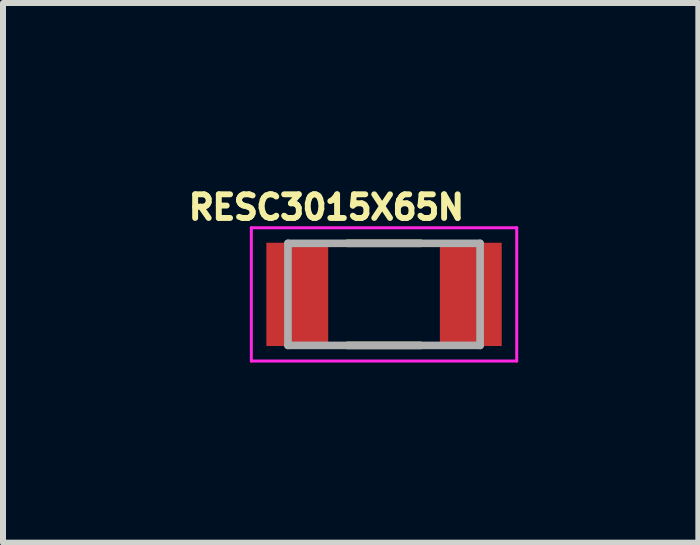
<source format=kicad_pcb>
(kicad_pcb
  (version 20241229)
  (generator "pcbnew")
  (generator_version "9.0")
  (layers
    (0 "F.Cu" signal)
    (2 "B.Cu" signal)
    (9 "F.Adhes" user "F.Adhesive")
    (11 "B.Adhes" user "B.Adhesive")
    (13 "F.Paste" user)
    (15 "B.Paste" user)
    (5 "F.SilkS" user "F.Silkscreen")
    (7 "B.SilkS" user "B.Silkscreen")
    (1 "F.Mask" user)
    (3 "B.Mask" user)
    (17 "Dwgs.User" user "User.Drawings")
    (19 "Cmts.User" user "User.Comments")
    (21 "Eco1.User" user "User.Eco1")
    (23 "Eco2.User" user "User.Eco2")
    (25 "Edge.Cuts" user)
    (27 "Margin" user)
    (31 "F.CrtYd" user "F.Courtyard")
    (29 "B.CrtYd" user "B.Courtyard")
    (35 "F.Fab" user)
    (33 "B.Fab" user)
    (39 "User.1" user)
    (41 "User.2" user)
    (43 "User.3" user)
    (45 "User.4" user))
  (footprint "RESC3015X65N"
    (layer "F.Cu")
    (at 3.346 1.853)
    (property "Reference" "RESC3015X65N" (at -0.96 -1.45 0) (layer "F.SilkS") (effects (font (size 0.394 0.394) (thickness 0.15))))
    (attr smd)
    (fp_line (start -0.61 -0.85) (end 0.61 -0.85) (stroke (width 0.127) (type solid)) (layer "F.SilkS"))
    (fp_line (start -0.61 0.85) (end 0.61 0.85) (stroke (width 0.127) (type solid)) (layer "F.SilkS"))
    (fp_line (start -2.21 -1.11) (end 2.21 -1.11) (stroke (width 0.05) (type solid)) (layer "F.CrtYd"))
    (fp_line (start -2.21 1.11) (end -2.21 -1.11) (stroke (width 0.05) (type solid)) (layer "F.CrtYd"))
    (fp_line (start -2.21 1.11) (end 2.21 1.11) (stroke (width 0.05) (type solid)) (layer "F.CrtYd"))
    (fp_line (start 2.21 1.11) (end 2.21 -1.11) (stroke (width 0.05) (type solid)) (layer "F.CrtYd"))
    (fp_line (start -1.6 0.85) (end -1.6 -0.85) (stroke (width 0.127) (type solid)) (layer "F.Fab"))
    (fp_line (start 1.6 -0.85) (end -1.6 -0.85) (stroke (width 0.127) (type solid)) (layer "F.Fab"))
    (fp_line (start 1.6 0.85) (end -1.6 0.85) (stroke (width 0.127) (type solid)) (layer "F.Fab"))
    (fp_line (start 1.6 0.85) (end 1.6 -0.85) (stroke (width 0.127) (type solid)) (layer "F.Fab"))
    (pad "1" smd rect (at -1.445 0) (size 1.03 1.72) (layers "F.Cu" "F.Mask" "F.Paste"))
    (pad "2" smd rect (at 1.445 0) (size 1.03 1.72) (layers "F.Cu" "F.Mask" "F.Paste")))
  (gr_rect
    (start -3 -3)
    (end 8.581 5.988)
    (stroke (width 0.1) (type default))
    (fill no)
    (layer "Edge.Cuts")))
</source>
